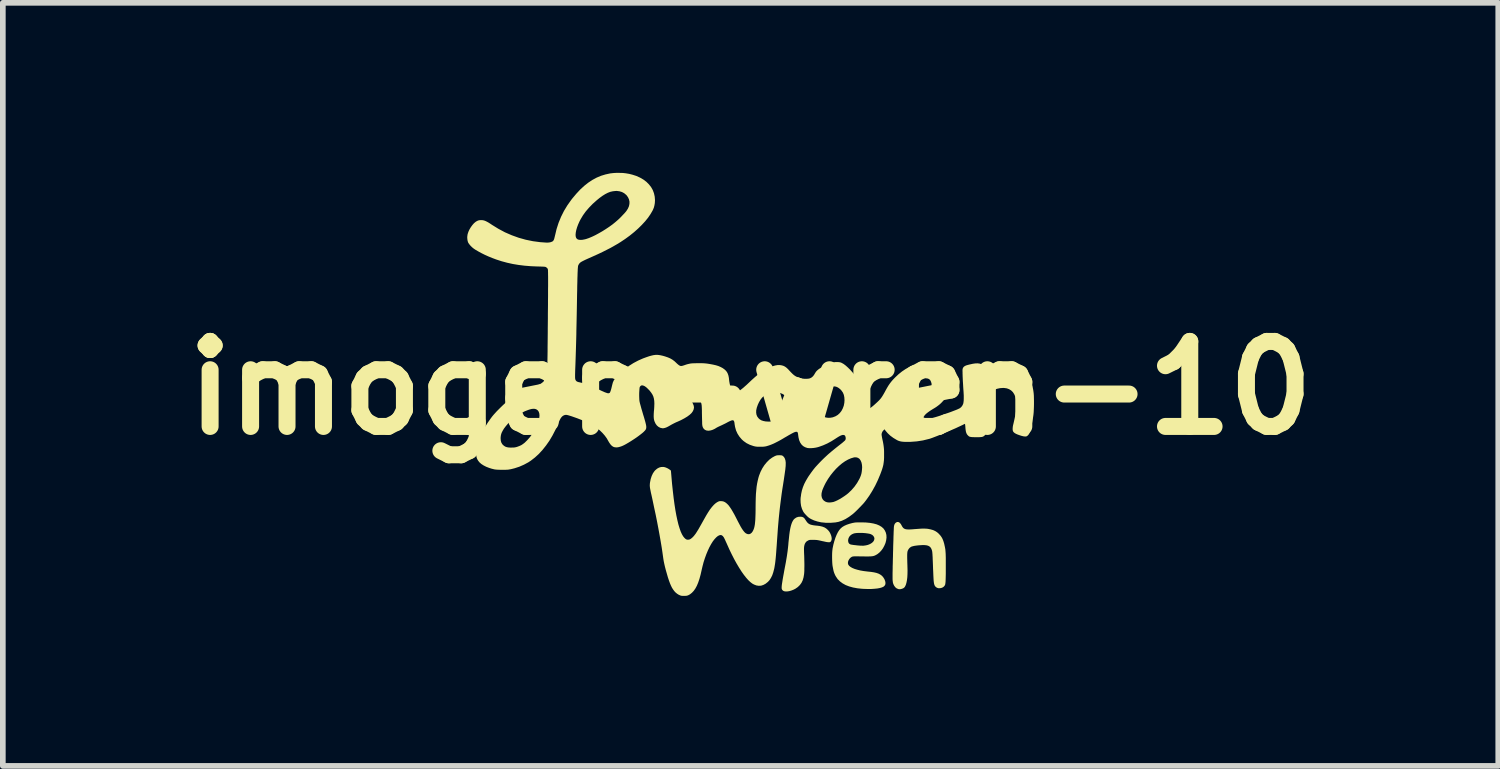
<source format=kicad_pcb>
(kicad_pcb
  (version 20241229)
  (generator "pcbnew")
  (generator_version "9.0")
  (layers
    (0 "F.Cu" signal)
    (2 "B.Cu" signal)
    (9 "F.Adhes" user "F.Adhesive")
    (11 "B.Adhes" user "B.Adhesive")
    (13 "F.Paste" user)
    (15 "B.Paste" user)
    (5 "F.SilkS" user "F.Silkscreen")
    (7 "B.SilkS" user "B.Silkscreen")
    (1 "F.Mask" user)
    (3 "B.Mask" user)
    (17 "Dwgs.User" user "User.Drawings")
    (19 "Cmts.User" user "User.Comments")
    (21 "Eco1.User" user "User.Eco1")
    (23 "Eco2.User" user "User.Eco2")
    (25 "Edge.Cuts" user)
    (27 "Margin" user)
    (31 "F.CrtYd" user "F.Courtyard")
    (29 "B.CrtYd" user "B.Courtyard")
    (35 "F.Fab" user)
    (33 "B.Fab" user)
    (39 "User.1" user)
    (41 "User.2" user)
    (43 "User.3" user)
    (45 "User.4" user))
  (footprint "imogen-wren-10"
    (layer "F.Cu")
    (at 10.193 3.796)
    (property "Reference" "imogen-wren-10" (at 0 0 0) (layer "F.SilkS") (effects (font (size 1.5 1.5) (thickness 0.3))))
    (attr board_only exclude_from_pos_files exclude_from_bom)
    (fp_poly (pts (xy 0.883 2.271) (xy 0.91 2.274) (xy 0.931 2.283) (xy 0.949 2.298) (xy 0.965 2.321) (xy 0.983 2.348) (xy 0.999 2.37) (xy 1.016 2.387) (xy 1.035 2.4) (xy 1.057 2.41) (xy 1.083 2.417) (xy 1.116 2.423) (xy 1.156 2.428) (xy 1.174 2.429) (xy 1.225 2.436) (xy 1.267 2.446) (xy 1.304 2.46) (xy 1.335 2.479) (xy 1.362 2.503) (xy 1.369 2.51) (xy 1.391 2.537) (xy 1.408 2.568) (xy 1.421 2.599) (xy 1.429 2.629) (xy 1.432 2.658) (xy 1.429 2.683) (xy 1.421 2.701) (xy 1.415 2.71) (xy 1.408 2.716) (xy 1.399 2.72) (xy 1.387 2.722) (xy 1.371 2.721) (xy 1.35 2.719) (xy 1.323 2.714) (xy 1.288 2.706) (xy 1.272 2.703) (xy 1.237 2.695) (xy 1.21 2.689) (xy 1.188 2.685) (xy 1.169 2.682) (xy 1.152 2.681) (xy 1.135 2.68) (xy 1.115 2.68) (xy 1.102 2.679) (xy 1.076 2.68) (xy 1.056 2.68) (xy 1.042 2.681) (xy 1.032 2.684) (xy 1.023 2.687) (xy 1.016 2.691) (xy 0.993 2.704) (xy 0.977 2.719) (xy 0.965 2.738) (xy 0.961 2.743) (xy 0.954 2.761) (xy 0.949 2.78) (xy 0.945 2.802) (xy 0.943 2.828) (xy 0.943 2.861) (xy 0.944 2.901) (xy 0.945 2.925) (xy 0.947 2.966) (xy 0.948 3.011) (xy 0.949 3.057) (xy 0.95 3.103) (xy 0.95 3.148) (xy 0.949 3.189) (xy 0.949 3.227) (xy 0.947 3.258) (xy 0.945 3.281) (xy 0.945 3.283) (xy 0.935 3.342) (xy 0.92 3.394) (xy 0.898 3.439) (xy 0.869 3.478) (xy 0.834 3.512) (xy 0.791 3.542) (xy 0.76 3.558) (xy 0.725 3.572) (xy 0.689 3.583) (xy 0.654 3.589) (xy 0.623 3.59) (xy 0.597 3.587) (xy 0.581 3.581) (xy 0.567 3.571) (xy 0.556 3.558) (xy 0.556 3.557) (xy 0.553 3.55) (xy 0.55 3.541) (xy 0.549 3.53) (xy 0.549 3.516) (xy 0.55 3.498) (xy 0.552 3.476) (xy 0.556 3.449) (xy 0.561 3.417) (xy 0.567 3.378) (xy 0.575 3.332) (xy 0.585 3.278) (xy 0.596 3.217) (xy 0.601 3.19) (xy 0.613 3.128) (xy 0.623 3.075) (xy 0.631 3.027) (xy 0.638 2.986) (xy 0.644 2.948) (xy 0.649 2.912) (xy 0.654 2.878) (xy 0.658 2.843) (xy 0.662 2.808) (xy 0.666 2.769) (xy 0.669 2.729) (xy 0.677 2.654) (xy 0.684 2.587) (xy 0.692 2.529) (xy 0.701 2.479) (xy 0.711 2.436) (xy 0.722 2.399) (xy 0.734 2.368) (xy 0.747 2.343) (xy 0.761 2.322) (xy 0.776 2.307) (xy 0.806 2.286) (xy 0.84 2.274) (xy 0.878 2.271)) (stroke (width 0) (type solid)) (fill yes) (layer "F.SilkS"))
    (fp_poly (pts (xy 2.034 2.373) (xy 2.106 2.38) (xy 2.169 2.391) (xy 2.225 2.406) (xy 2.272 2.426) (xy 2.312 2.45) (xy 2.345 2.479) (xy 2.369 2.513) (xy 2.387 2.552) (xy 2.397 2.594) (xy 2.399 2.639) (xy 2.393 2.687) (xy 2.381 2.735) (xy 2.361 2.782) (xy 2.337 2.827) (xy 2.307 2.868) (xy 2.273 2.904) (xy 2.236 2.933) (xy 2.213 2.946) (xy 2.196 2.955) (xy 2.18 2.961) (xy 2.162 2.966) (xy 2.142 2.969) (xy 2.118 2.971) (xy 2.089 2.972) (xy 2.054 2.973) (xy 2.01 2.972) (xy 2.01 2.972) (xy 1.961 2.971) (xy 1.921 2.971) (xy 1.888 2.97) (xy 1.862 2.97) (xy 1.841 2.97) (xy 1.825 2.971) (xy 1.813 2.972) (xy 1.805 2.973) (xy 1.798 2.975) (xy 1.792 2.977) (xy 1.787 2.979) (xy 1.785 2.98) (xy 1.762 2.996) (xy 1.743 3.017) (xy 1.729 3.041) (xy 1.72 3.066) (xy 1.718 3.091) (xy 1.723 3.113) (xy 1.724 3.116) (xy 1.74 3.138) (xy 1.765 3.158) (xy 1.797 3.176) (xy 1.838 3.193) (xy 1.885 3.207) (xy 1.938 3.22) (xy 1.997 3.23) (xy 2.061 3.238) (xy 2.069 3.239) (xy 2.128 3.245) (xy 2.179 3.253) (xy 2.222 3.263) (xy 2.259 3.276) (xy 2.289 3.292) (xy 2.315 3.311) (xy 2.337 3.334) (xy 2.355 3.361) (xy 2.364 3.377) (xy 2.376 3.41) (xy 2.381 3.44) (xy 2.378 3.466) (xy 2.366 3.488) (xy 2.347 3.505) (xy 2.344 3.507) (xy 2.317 3.519) (xy 2.283 3.529) (xy 2.241 3.537) (xy 2.192 3.542) (xy 2.137 3.546) (xy 2.078 3.547) (xy 2.014 3.545) (xy 1.968 3.543) (xy 1.885 3.534) (xy 1.809 3.52) (xy 1.74 3.501) (xy 1.678 3.477) (xy 1.624 3.447) (xy 1.577 3.412) (xy 1.537 3.372) (xy 1.506 3.326) (xy 1.495 3.307) (xy 1.486 3.287) (xy 1.478 3.268) (xy 1.471 3.249) (xy 1.465 3.228) (xy 1.459 3.201) (xy 1.453 3.169) (xy 1.45 3.155) (xy 1.445 3.124) (xy 1.442 3.086) (xy 1.44 3.043) (xy 1.439 2.998) (xy 1.439 2.953) (xy 1.44 2.909) (xy 1.443 2.87) (xy 1.447 2.837) (xy 1.448 2.829) (xy 1.462 2.762) (xy 1.479 2.699) (xy 1.483 2.687) (xy 1.721 2.687) (xy 1.723 2.709) (xy 1.73 2.733) (xy 1.744 2.75) (xy 1.763 2.76) (xy 1.774 2.763) (xy 1.793 2.766) (xy 1.818 2.77) (xy 1.848 2.773) (xy 1.879 2.777) (xy 1.912 2.78) (xy 1.938 2.782) (xy 1.989 2.783) (xy 2.035 2.777) (xy 2.072 2.768) (xy 2.109 2.753) (xy 2.14 2.734) (xy 2.163 2.713) (xy 2.178 2.69) (xy 2.185 2.665) (xy 2.186 2.659) (xy 2.181 2.634) (xy 2.168 2.612) (xy 2.148 2.593) (xy 2.121 2.579) (xy 2.098 2.572) (xy 2.063 2.566) (xy 2.025 2.561) (xy 1.984 2.558) (xy 1.943 2.557) (xy 1.904 2.557) (xy 1.869 2.559) (xy 1.839 2.563) (xy 1.822 2.567) (xy 1.789 2.581) (xy 1.761 2.602) (xy 1.74 2.627) (xy 1.727 2.656) (xy 1.721 2.687) (xy 1.483 2.687) (xy 1.498 2.641) (xy 1.519 2.589) (xy 1.542 2.543) (xy 1.566 2.506) (xy 1.589 2.479) (xy 1.618 2.454) (xy 1.654 2.432) (xy 1.696 2.413) (xy 1.746 2.396) (xy 1.802 2.381) (xy 1.82 2.378) (xy 1.836 2.375) (xy 1.852 2.373) (xy 1.871 2.372) (xy 1.894 2.371) (xy 1.923 2.371) (xy 1.954 2.371)) (stroke (width 0) (type solid)) (fill yes) (layer "F.SilkS"))
    (fp_poly (pts (xy 2.617 2.368) (xy 2.634 2.38) (xy 2.652 2.401) (xy 2.668 2.43) (xy 2.678 2.448) (xy 2.689 2.463) (xy 2.7 2.474) (xy 2.714 2.483) (xy 2.731 2.49) (xy 2.752 2.494) (xy 2.777 2.496) (xy 2.809 2.496) (xy 2.847 2.494) (xy 2.894 2.49) (xy 2.924 2.488) (xy 2.978 2.484) (xy 3.024 2.481) (xy 3.064 2.481) (xy 3.098 2.482) (xy 3.127 2.485) (xy 3.129 2.485) (xy 3.178 2.495) (xy 3.221 2.507) (xy 3.258 2.524) (xy 3.291 2.545) (xy 3.322 2.572) (xy 3.323 2.574) (xy 3.349 2.602) (xy 3.37 2.631) (xy 3.387 2.662) (xy 3.402 2.699) (xy 3.415 2.742) (xy 3.419 2.758) (xy 3.424 2.782) (xy 3.429 2.804) (xy 3.433 2.826) (xy 3.437 2.848) (xy 3.439 2.871) (xy 3.441 2.897) (xy 3.443 2.927) (xy 3.444 2.961) (xy 3.445 3) (xy 3.445 3.046) (xy 3.445 3.099) (xy 3.445 3.16) (xy 3.445 3.164) (xy 3.445 3.225) (xy 3.445 3.277) (xy 3.444 3.321) (xy 3.443 3.359) (xy 3.442 3.39) (xy 3.441 3.415) (xy 3.439 3.435) (xy 3.437 3.451) (xy 3.435 3.464) (xy 3.432 3.473) (xy 3.429 3.481) (xy 3.428 3.482) (xy 3.413 3.502) (xy 3.392 3.518) (xy 3.367 3.528) (xy 3.34 3.533) (xy 3.313 3.532) (xy 3.288 3.524) (xy 3.27 3.511) (xy 3.262 3.504) (xy 3.256 3.496) (xy 3.25 3.487) (xy 3.245 3.476) (xy 3.241 3.463) (xy 3.237 3.447) (xy 3.234 3.427) (xy 3.231 3.402) (xy 3.229 3.371) (xy 3.227 3.335) (xy 3.225 3.291) (xy 3.223 3.24) (xy 3.22 3.18) (xy 3.22 3.173) (xy 3.218 3.114) (xy 3.216 3.064) (xy 3.214 3.021) (xy 3.213 2.986) (xy 3.211 2.956) (xy 3.21 2.932) (xy 3.208 2.913) (xy 3.207 2.898) (xy 3.205 2.885) (xy 3.203 2.875) (xy 3.201 2.866) (xy 3.198 2.859) (xy 3.196 2.851) (xy 3.185 2.827) (xy 3.171 2.808) (xy 3.153 2.793) (xy 3.13 2.782) (xy 3.102 2.775) (xy 3.068 2.772) (xy 3.027 2.772) (xy 2.977 2.775) (xy 2.974 2.775) (xy 2.929 2.78) (xy 2.893 2.785) (xy 2.863 2.792) (xy 2.84 2.799) (xy 2.832 2.803) (xy 2.809 2.819) (xy 2.789 2.842) (xy 2.775 2.869) (xy 2.772 2.874) (xy 2.77 2.883) (xy 2.768 2.894) (xy 2.766 2.907) (xy 2.765 2.923) (xy 2.764 2.943) (xy 2.764 2.968) (xy 2.764 2.999) (xy 2.765 3.037) (xy 2.766 3.082) (xy 2.768 3.136) (xy 2.768 3.143) (xy 2.77 3.217) (xy 2.769 3.282) (xy 2.766 3.34) (xy 2.76 3.389) (xy 2.752 3.431) (xy 2.742 3.467) (xy 2.732 3.491) (xy 2.722 3.509) (xy 2.712 3.521) (xy 2.7 3.53) (xy 2.694 3.534) (xy 2.669 3.544) (xy 2.642 3.55) (xy 2.618 3.55) (xy 2.609 3.548) (xy 2.579 3.536) (xy 2.553 3.515) (xy 2.533 3.487) (xy 2.526 3.473) (xy 2.521 3.462) (xy 2.517 3.451) (xy 2.513 3.439) (xy 2.511 3.426) (xy 2.509 3.411) (xy 2.507 3.393) (xy 2.506 3.371) (xy 2.506 3.344) (xy 2.506 3.312) (xy 2.506 3.273) (xy 2.507 3.226) (xy 2.508 3.172) (xy 2.508 3.148) (xy 2.51 3.09) (xy 2.511 3.031) (xy 2.513 2.97) (xy 2.514 2.909) (xy 2.516 2.848) (xy 2.517 2.789) (xy 2.519 2.732) (xy 2.521 2.678) (xy 2.522 2.627) (xy 2.524 2.581) (xy 2.525 2.54) (xy 2.527 2.505) (xy 2.528 2.477) (xy 2.529 2.457) (xy 2.53 2.446) (xy 2.53 2.445) (xy 2.536 2.416) (xy 2.548 2.392) (xy 2.565 2.375) (xy 2.585 2.365) (xy 2.599 2.364)) (stroke (width 0) (type solid)) (fill yes) (layer "F.SilkS"))
    (fp_poly (pts (xy 0.527 1.187) (xy 0.542 1.188) (xy 0.553 1.19) (xy 0.562 1.194) (xy 0.57 1.199) (xy 0.59 1.218) (xy 0.605 1.244) (xy 0.616 1.278) (xy 0.621 1.317) (xy 0.62 1.363) (xy 0.62 1.367) (xy 0.619 1.384) (xy 0.617 1.401) (xy 0.615 1.421) (xy 0.613 1.442) (xy 0.609 1.468) (xy 0.605 1.497) (xy 0.6 1.532) (xy 0.594 1.573) (xy 0.587 1.621) (xy 0.578 1.678) (xy 0.576 1.692) (xy 0.561 1.785) (xy 0.548 1.874) (xy 0.537 1.96) (xy 0.526 2.044) (xy 0.516 2.127) (xy 0.507 2.211) (xy 0.498 2.298) (xy 0.49 2.388) (xy 0.482 2.483) (xy 0.475 2.585) (xy 0.467 2.695) (xy 0.466 2.712) (xy 0.461 2.785) (xy 0.456 2.85) (xy 0.452 2.907) (xy 0.448 2.957) (xy 0.444 3.001) (xy 0.44 3.039) (xy 0.436 3.074) (xy 0.432 3.105) (xy 0.427 3.134) (xy 0.423 3.16) (xy 0.418 3.186) (xy 0.417 3.19) (xy 0.401 3.252) (xy 0.383 3.305) (xy 0.36 3.351) (xy 0.334 3.391) (xy 0.304 3.423) (xy 0.265 3.454) (xy 0.226 3.475) (xy 0.186 3.488) (xy 0.145 3.49) (xy 0.104 3.484) (xy 0.062 3.468) (xy 0.031 3.451) (xy -0.004 3.424) (xy -0.041 3.389) (xy -0.079 3.346) (xy -0.119 3.295) (xy -0.16 3.237) (xy -0.202 3.171) (xy -0.245 3.099) (xy -0.288 3.021) (xy -0.331 2.937) (xy -0.374 2.848) (xy -0.416 2.754) (xy -0.42 2.745) (xy -0.433 2.717) (xy -0.445 2.69) (xy -0.456 2.666) (xy -0.466 2.647) (xy -0.472 2.635) (xy -0.473 2.634) (xy -0.49 2.612) (xy -0.509 2.598) (xy -0.529 2.594) (xy -0.552 2.599) (xy -0.577 2.612) (xy -0.604 2.634) (xy -0.604 2.634) (xy -0.635 2.667) (xy -0.666 2.707) (xy -0.696 2.755) (xy -0.726 2.81) (xy -0.754 2.87) (xy -0.781 2.935) (xy -0.806 3.004) (xy -0.829 3.075) (xy -0.848 3.148) (xy -0.863 3.213) (xy -0.882 3.296) (xy -0.902 3.369) (xy -0.924 3.434) (xy -0.948 3.491) (xy -0.974 3.539) (xy -1.003 3.58) (xy -1.034 3.613) (xy -1.068 3.64) (xy -1.095 3.655) (xy -1.11 3.661) (xy -1.124 3.665) (xy -1.142 3.667) (xy -1.165 3.668) (xy -1.168 3.668) (xy -1.197 3.668) (xy -1.22 3.666) (xy -1.233 3.663) (xy -1.266 3.649) (xy -1.296 3.63) (xy -1.324 3.607) (xy -1.345 3.584) (xy -1.365 3.557) (xy -1.385 3.526) (xy -1.403 3.49) (xy -1.421 3.448) (xy -1.439 3.399) (xy -1.458 3.342) (xy -1.476 3.279) (xy -1.495 3.213) (xy -1.51 3.155) (xy -1.522 3.103) (xy -1.532 3.055) (xy -1.539 3.012) (xy -1.542 2.991) (xy -1.554 2.905) (xy -1.568 2.811) (xy -1.585 2.709) (xy -1.604 2.601) (xy -1.625 2.486) (xy -1.648 2.365) (xy -1.673 2.24) (xy -1.701 2.11) (xy -1.729 1.976) (xy -1.748 1.889) (xy -1.758 1.846) (xy -1.765 1.81) (xy -1.771 1.781) (xy -1.775 1.757) (xy -1.777 1.736) (xy -1.778 1.718) (xy -1.777 1.701) (xy -1.776 1.683) (xy -1.774 1.669) (xy -1.762 1.607) (xy -1.744 1.552) (xy -1.722 1.505) (xy -1.694 1.465) (xy -1.681 1.451) (xy -1.648 1.423) (xy -1.613 1.404) (xy -1.578 1.394) (xy -1.541 1.393) (xy -1.523 1.395) (xy -1.499 1.402) (xy -1.472 1.413) (xy -1.445 1.428) (xy -1.423 1.443) (xy -1.42 1.445) (xy -1.405 1.458) (xy -1.397 1.552) (xy -1.385 1.69) (xy -1.371 1.82) (xy -1.357 1.941) (xy -1.342 2.053) (xy -1.326 2.156) (xy -1.309 2.249) (xy -1.291 2.333) (xy -1.273 2.408) (xy -1.253 2.474) (xy -1.233 2.531) (xy -1.212 2.578) (xy -1.19 2.616) (xy -1.171 2.64) (xy -1.152 2.659) (xy -1.135 2.671) (xy -1.118 2.676) (xy -1.105 2.677) (xy -1.083 2.675) (xy -1.062 2.666) (xy -1.041 2.651) (xy -1.027 2.639) (xy -1.013 2.625) (xy -0.999 2.61) (xy -0.986 2.593) (xy -0.971 2.574) (xy -0.956 2.551) (xy -0.939 2.524) (xy -0.919 2.492) (xy -0.897 2.453) (xy -0.872 2.409) (xy -0.843 2.357) (xy -0.825 2.325) (xy -0.807 2.293) (xy -0.79 2.263) (xy -0.775 2.237) (xy -0.762 2.216) (xy -0.755 2.204) (xy -0.718 2.147) (xy -0.681 2.099) (xy -0.646 2.06) (xy -0.612 2.03) (xy -0.584 2.012) (xy -0.566 2.003) (xy -0.552 1.998) (xy -0.536 1.996) (xy -0.522 1.996) (xy -0.499 1.998) (xy -0.476 2.003) (xy -0.454 2.013) (xy -0.433 2.027) (xy -0.411 2.046) (xy -0.388 2.07) (xy -0.365 2.101) (xy -0.34 2.138) (xy -0.314 2.182) (xy -0.285 2.233) (xy -0.254 2.293) (xy -0.223 2.354) (xy -0.196 2.405) (xy -0.173 2.448) (xy -0.152 2.483) (xy -0.132 2.512) (xy -0.114 2.535) (xy -0.097 2.553) (xy -0.08 2.566) (xy -0.076 2.568) (xy -0.051 2.578) (xy -0.026 2.58) (xy -0.003 2.572) (xy 0.019 2.555) (xy 0.033 2.537) (xy 0.044 2.518) (xy 0.054 2.496) (xy 0.063 2.471) (xy 0.07 2.442) (xy 0.076 2.409) (xy 0.08 2.37) (xy 0.084 2.325) (xy 0.086 2.274) (xy 0.088 2.215) (xy 0.089 2.148) (xy 0.089 2.113) (xy 0.09 2.024) (xy 0.092 1.943) (xy 0.095 1.87) (xy 0.101 1.803) (xy 0.107 1.742) (xy 0.116 1.686) (xy 0.127 1.633) (xy 0.139 1.584) (xy 0.15 1.547) (xy 0.176 1.48) (xy 0.208 1.417) (xy 0.245 1.36) (xy 0.287 1.309) (xy 0.332 1.264) (xy 0.381 1.228) (xy 0.424 1.204) (xy 0.442 1.196) (xy 0.456 1.191) (xy 0.47 1.188) (xy 0.486 1.187) (xy 0.506 1.186)) (stroke (width 0) (type solid)) (fill yes) (layer "F.SilkS"))
    (fp_poly (pts (xy -2.297 -3.795) (xy -2.254 -3.794) (xy -2.216 -3.79) (xy -2.2 -3.788) (xy -2.141 -3.778) (xy -2.082 -3.763) (xy -2.026 -3.745) (xy -2.017 -3.742) (xy -1.95 -3.712) (xy -1.891 -3.678) (xy -1.838 -3.638) (xy -1.793 -3.593) (xy -1.755 -3.545) (xy -1.725 -3.492) (xy -1.704 -3.436) (xy -1.691 -3.377) (xy -1.686 -3.315) (xy -1.689 -3.262) (xy -1.696 -3.221) (xy -1.706 -3.183) (xy -1.722 -3.144) (xy -1.729 -3.13) (xy -1.765 -3.068) (xy -1.808 -3.005) (xy -1.86 -2.941) (xy -1.919 -2.877) (xy -1.984 -2.813) (xy -2.055 -2.75) (xy -2.132 -2.688) (xy -2.213 -2.629) (xy -2.294 -2.575) (xy -2.351 -2.54) (xy -2.41 -2.506) (xy -2.472 -2.471) (xy -2.539 -2.437) (xy -2.61 -2.401) (xy -2.688 -2.364) (xy -2.772 -2.326) (xy -2.864 -2.285) (xy -2.871 -2.282) (xy -2.913 -2.263) (xy -2.946 -2.247) (xy -2.973 -2.233) (xy -2.994 -2.221) (xy -3.01 -2.208) (xy -3.022 -2.195) (xy -3.031 -2.181) (xy -3.039 -2.165) (xy -3.042 -2.158) (xy -3.044 -2.15) (xy -3.045 -2.137) (xy -3.047 -2.119) (xy -3.049 -2.094) (xy -3.05 -2.064) (xy -3.052 -2.026) (xy -3.053 -1.982) (xy -3.055 -1.93) (xy -3.056 -1.871) (xy -3.058 -1.803) (xy -3.059 -1.726) (xy -3.061 -1.641) (xy -3.061 -1.638) (xy -3.063 -1.515) (xy -3.065 -1.401) (xy -3.067 -1.294) (xy -3.069 -1.195) (xy -3.071 -1.103) (xy -3.073 -1.017) (xy -3.074 -0.937) (xy -3.076 -0.861) (xy -3.078 -0.789) (xy -3.08 -0.721) (xy -3.082 -0.656) (xy -3.084 -0.593) (xy -3.086 -0.532) (xy -3.088 -0.472) (xy -3.09 -0.412) (xy -3.092 -0.364) (xy -3.094 -0.314) (xy -3.095 -0.272) (xy -3.096 -0.237) (xy -3.096 -0.209) (xy -3.096 -0.187) (xy -3.095 -0.17) (xy -3.093 -0.157) (xy -3.09 -0.147) (xy -3.086 -0.138) (xy -3.082 -0.132) (xy -3.076 -0.125) (xy -3.07 -0.119) (xy -3.062 -0.114) (xy -3.053 -0.11) (xy -3.04 -0.105) (xy -3.021 -0.101) (xy -2.995 -0.095) (xy -2.977 -0.091) (xy -2.948 -0.085) (xy -2.921 -0.077) (xy -2.894 -0.069) (xy -2.866 -0.059) (xy -2.835 -0.046) (xy -2.799 -0.03) (xy -2.758 -0.011) (xy -2.719 0.007) (xy -2.671 0.03) (xy -2.631 0.049) (xy -2.597 0.064) (xy -2.57 0.076) (xy -2.547 0.084) (xy -2.53 0.09) (xy -2.516 0.093) (xy -2.505 0.093) (xy -2.496 0.091) (xy -2.489 0.088) (xy -2.485 0.085) (xy -2.479 0.077) (xy -2.472 0.06) (xy -2.464 0.037) (xy -2.456 0.008) (xy -2.448 -0.025) (xy -2.44 -0.058) (xy -2.429 -0.099) (xy -2.412 -0.136) (xy -2.391 -0.166) (xy -2.38 -0.18) (xy -2.362 -0.199) (xy -2.34 -0.221) (xy -2.316 -0.246) (xy -2.291 -0.27) (xy -2.265 -0.294) (xy -2.242 -0.315) (xy -2.222 -0.333) (xy -2.217 -0.337) (xy -2.145 -0.39) (xy -2.066 -0.44) (xy -1.983 -0.484) (xy -1.897 -0.522) (xy -1.834 -0.545) (xy -1.787 -0.561) (xy -1.746 -0.572) (xy -1.711 -0.58) (xy -1.678 -0.584) (xy -1.647 -0.585) (xy -1.616 -0.582) (xy -1.582 -0.576) (xy -1.543 -0.567) (xy -1.509 -0.557) (xy -1.459 -0.54) (xy -1.417 -0.522) (xy -1.379 -0.5) (xy -1.344 -0.474) (xy -1.321 -0.453) (xy -1.296 -0.429) (xy -1.275 -0.411) (xy -1.258 -0.399) (xy -1.243 -0.391) (xy -1.229 -0.388) (xy -1.214 -0.389) (xy -1.196 -0.393) (xy -1.174 -0.4) (xy -1.168 -0.402) (xy -1.137 -0.413) (xy -1.109 -0.421) (xy -1.083 -0.427) (xy -1.057 -0.432) (xy -1.03 -0.435) (xy -0.999 -0.436) (xy -0.963 -0.437) (xy -0.919 -0.437) (xy -0.917 -0.437) (xy -0.879 -0.437) (xy -0.848 -0.437) (xy -0.823 -0.436) (xy -0.8 -0.434) (xy -0.779 -0.432) (xy -0.756 -0.429) (xy -0.731 -0.425) (xy -0.724 -0.424) (xy -0.664 -0.413) (xy -0.611 -0.401) (xy -0.566 -0.387) (xy -0.527 -0.37) (xy -0.493 -0.352) (xy -0.462 -0.33) (xy -0.437 -0.307) (xy -0.417 -0.282) (xy -0.402 -0.253) (xy -0.39 -0.218) (xy -0.382 -0.177) (xy -0.379 -0.146) (xy -0.375 -0.114) (xy -0.369 -0.08) (xy -0.361 -0.046) (xy -0.352 -0.012) (xy -0.342 0.019) (xy -0.332 0.047) (xy -0.322 0.068) (xy -0.313 0.082) (xy -0.311 0.084) (xy -0.299 0.092) (xy -0.284 0.093) (xy -0.266 0.088) (xy -0.242 0.077) (xy -0.222 0.065) (xy -0.199 0.05) (xy -0.176 0.034) (xy -0.153 0.016) (xy -0.128 -0.004) (xy -0.101 -0.028) (xy -0.069 -0.056) (xy -0.033 -0.09) (xy -0.017 -0.105) (xy 0.02 -0.14) (xy 0.052 -0.169) (xy 0.08 -0.194) (xy 0.105 -0.215) (xy 0.128 -0.234) (xy 0.152 -0.251) (xy 0.176 -0.268) (xy 0.204 -0.287) (xy 0.268 -0.326) (xy 0.328 -0.358) (xy 0.383 -0.382) (xy 0.434 -0.397) (xy 0.48 -0.405) (xy 0.521 -0.404) (xy 0.553 -0.399) (xy 0.582 -0.39) (xy 0.608 -0.377) (xy 0.634 -0.358) (xy 0.661 -0.333) (xy 0.68 -0.312) (xy 0.712 -0.278) (xy 0.74 -0.25) (xy 0.766 -0.227) (xy 0.791 -0.21) (xy 0.817 -0.196) (xy 0.846 -0.184) (xy 0.878 -0.174) (xy 0.885 -0.172) (xy 0.917 -0.166) (xy 0.952 -0.162) (xy 0.986 -0.162) (xy 1.018 -0.164) (xy 1.043 -0.169) (xy 1.047 -0.17) (xy 1.075 -0.184) (xy 1.101 -0.206) (xy 1.122 -0.233) (xy 1.125 -0.239) (xy 1.14 -0.264) (xy 1.154 -0.286) (xy 1.171 -0.305) (xy 1.191 -0.323) (xy 1.214 -0.34) (xy 1.243 -0.358) (xy 1.279 -0.377) (xy 1.315 -0.395) (xy 1.36 -0.416) (xy 1.399 -0.433) (xy 1.433 -0.445) (xy 1.465 -0.452) (xy 1.494 -0.457) (xy 1.524 -0.458) (xy 1.535 -0.458) (xy 1.559 -0.456) (xy 1.576 -0.454) (xy 1.591 -0.45) (xy 1.608 -0.443) (xy 1.61 -0.442) (xy 1.642 -0.424) (xy 1.678 -0.397) (xy 1.717 -0.362) (xy 1.761 -0.319) (xy 1.761 -0.318) (xy 1.799 -0.276) (xy 1.834 -0.231) (xy 1.867 -0.182) (xy 1.899 -0.127) (xy 1.929 -0.067) (xy 1.959 -0.001) (xy 1.989 0.074) (xy 2.018 0.156) (xy 2.022 0.166) (xy 2.032 0.196) (xy 2.044 0.226) (xy 2.056 0.256) (xy 2.068 0.285) (xy 2.079 0.31) (xy 2.089 0.331) (xy 2.098 0.346) (xy 2.104 0.354) (xy 2.106 0.356) (xy 2.113 0.353) (xy 2.126 0.344) (xy 2.143 0.331) (xy 2.164 0.314) (xy 2.186 0.295) (xy 2.209 0.274) (xy 2.232 0.253) (xy 2.254 0.232) (xy 2.272 0.214) (xy 2.287 0.197) (xy 2.295 0.188) (xy 2.306 0.173) (xy 2.317 0.158) (xy 2.327 0.142) (xy 2.338 0.124) (xy 2.351 0.102) (xy 2.361 0.084) (xy 2.684 0.084) (xy 2.688 0.112) (xy 2.698 0.134) (xy 2.716 0.154) (xy 2.741 0.172) (xy 2.772 0.185) (xy 2.807 0.194) (xy 2.827 0.196) (xy 2.835 0.196) (xy 2.85 0.194) (xy 2.868 0.191) (xy 2.875 0.19) (xy 2.946 0.173) (xy 3.014 0.147) (xy 3.077 0.113) (xy 3.083 0.109) (xy 3.119 0.083) (xy 3.149 0.053) (xy 3.172 0.021) (xy 3.187 -0.012) (xy 3.195 -0.046) (xy 3.194 -0.078) (xy 3.193 -0.082) (xy 3.183 -0.114) (xy 3.169 -0.14) (xy 3.149 -0.158) (xy 3.123 -0.171) (xy 3.092 -0.176) (xy 3.054 -0.176) (xy 3.01 -0.169) (xy 2.959 -0.156) (xy 2.951 -0.154) (xy 2.9 -0.136) (xy 2.852 -0.114) (xy 2.81 -0.09) (xy 2.773 -0.063) (xy 2.742 -0.035) (xy 2.717 -0.006) (xy 2.698 0.024) (xy 2.687 0.055) (xy 2.684 0.084) (xy 2.361 0.084) (xy 2.367 0.074) (xy 2.381 0.047) (xy 2.407 0.000495) (xy 2.431 -0.04) (xy 2.455 -0.075) (xy 2.479 -0.107) (xy 2.506 -0.139) (xy 2.536 -0.171) (xy 2.556 -0.191) (xy 2.614 -0.245) (xy 2.674 -0.293) (xy 2.735 -0.334) (xy 2.796 -0.368) (xy 2.855 -0.393) (xy 2.869 -0.398) (xy 2.931 -0.414) (xy 2.997 -0.421) (xy 3.065 -0.42) (xy 3.135 -0.41) (xy 3.204 -0.393) (xy 3.275 -0.368) (xy 3.337 -0.339) (xy 3.391 -0.308) (xy 3.436 -0.272) (xy 3.473 -0.233) (xy 3.502 -0.191) (xy 3.519 -0.153) (xy 3.53 -0.111) (xy 3.532 -0.066) (xy 3.527 -0.018) (xy 3.515 0.031) (xy 3.495 0.082) (xy 3.468 0.132) (xy 3.435 0.182) (xy 3.396 0.23) (xy 3.368 0.26) (xy 3.346 0.281) (xy 3.325 0.299) (xy 3.301 0.317) (xy 3.275 0.336) (xy 3.243 0.356) (xy 3.213 0.374) (xy 3.167 0.403) (xy 3.129 0.43) (xy 3.099 0.454) (xy 3.077 0.476) (xy 3.071 0.484) (xy 3.056 0.506) (xy 3.049 0.524) (xy 3.05 0.537) (xy 3.059 0.546) (xy 3.076 0.551) (xy 3.102 0.551) (xy 3.135 0.546) (xy 3.177 0.538) (xy 3.192 0.534) (xy 3.225 0.525) (xy 3.263 0.514) (xy 3.305 0.501) (xy 3.349 0.487) (xy 3.395 0.471) (xy 3.442 0.455) (xy 3.488 0.439) (xy 3.533 0.423) (xy 3.574 0.407) (xy 3.611 0.393) (xy 3.644 0.38) (xy 3.67 0.368) (xy 3.688 0.359) (xy 3.693 0.357) (xy 3.718 0.336) (xy 3.738 0.309) (xy 3.752 0.279) (xy 3.757 0.255) (xy 3.761 0.221) (xy 3.762 0.181) (xy 3.762 0.134) (xy 3.759 0.081) (xy 3.759 0.075) (xy 3.755 0.022) (xy 3.752 -0.024) (xy 3.75 -0.062) (xy 3.748 -0.094) (xy 3.746 -0.122) (xy 3.745 -0.147) (xy 3.744 -0.17) (xy 3.743 -0.191) (xy 3.742 -0.213) (xy 3.742 -0.236) (xy 3.741 -0.243) (xy 3.741 -0.275) (xy 3.74 -0.298) (xy 3.74 -0.316) (xy 3.741 -0.328) (xy 3.742 -0.337) (xy 3.745 -0.345) (xy 3.748 -0.352) (xy 3.75 -0.356) (xy 3.758 -0.369) (xy 3.769 -0.379) (xy 3.784 -0.389) (xy 3.804 -0.398) (xy 3.831 -0.406) (xy 3.866 -0.415) (xy 3.92 -0.427) (xy 3.968 -0.434) (xy 4.009 -0.435) (xy 4.044 -0.43) (xy 4.075 -0.42) (xy 4.101 -0.405) (xy 4.104 -0.403) (xy 4.121 -0.387) (xy 4.134 -0.369) (xy 4.143 -0.346) (xy 4.151 -0.317) (xy 4.153 -0.303) (xy 4.159 -0.276) (xy 4.166 -0.255) (xy 4.175 -0.238) (xy 4.187 -0.225) (xy 4.203 -0.217) (xy 4.223 -0.212) (xy 4.248 -0.211) (xy 4.279 -0.214) (xy 4.317 -0.22) (xy 4.362 -0.23) (xy 4.416 -0.243) (xy 4.418 -0.243) (xy 4.463 -0.254) (xy 4.501 -0.263) (xy 4.532 -0.27) (xy 4.559 -0.275) (xy 4.583 -0.279) (xy 4.605 -0.281) (xy 4.627 -0.282) (xy 4.651 -0.282) (xy 4.652 -0.282) (xy 4.702 -0.28) (xy 4.745 -0.274) (xy 4.782 -0.263) (xy 4.816 -0.246) (xy 4.849 -0.223) (xy 4.877 -0.197) (xy 4.908 -0.162) (xy 4.934 -0.123) (xy 4.956 -0.08) (xy 4.972 -0.031) (xy 4.986 0.025) (xy 4.992 0.064) (xy 4.996 0.096) (xy 4.999 0.136) (xy 5 0.181) (xy 5.001 0.23) (xy 5.001 0.281) (xy 5 0.332) (xy 4.998 0.381) (xy 4.996 0.427) (xy 4.992 0.468) (xy 4.99 0.484) (xy 4.982 0.538) (xy 4.973 0.59) (xy 4.963 0.64) (xy 4.953 0.687) (xy 4.943 0.728) (xy 4.933 0.764) (xy 4.923 0.792) (xy 4.917 0.805) (xy 4.903 0.826) (xy 4.886 0.843) (xy 4.869 0.853) (xy 4.864 0.855) (xy 4.844 0.856) (xy 4.817 0.853) (xy 4.783 0.845) (xy 4.752 0.835) (xy 4.715 0.822) (xy 4.685 0.809) (xy 4.663 0.797) (xy 4.647 0.784) (xy 4.635 0.77) (xy 4.629 0.757) (xy 4.625 0.737) (xy 4.625 0.71) (xy 4.628 0.678) (xy 4.635 0.644) (xy 4.636 0.642) (xy 4.647 0.594) (xy 4.658 0.545) (xy 4.668 0.498) (xy 4.676 0.456) (xy 4.682 0.42) (xy 4.683 0.419) (xy 4.686 0.391) (xy 4.688 0.358) (xy 4.69 0.323) (xy 4.69 0.288) (xy 4.689 0.256) (xy 4.688 0.228) (xy 4.685 0.206) (xy 4.685 0.206) (xy 4.672 0.154) (xy 4.652 0.109) (xy 4.628 0.072) (xy 4.598 0.043) (xy 4.562 0.021) (xy 4.521 0.006) (xy 4.474 -0.000254) (xy 4.456 -0.001) (xy 4.401 0.003) (xy 4.349 0.014) (xy 4.301 0.032) (xy 4.258 0.057) (xy 4.221 0.087) (xy 4.19 0.122) (xy 4.173 0.15) (xy 4.16 0.176) (xy 4.151 0.2) (xy 4.144 0.225) (xy 4.139 0.253) (xy 4.137 0.285) (xy 4.136 0.325) (xy 4.136 0.342) (xy 4.136 0.369) (xy 4.136 0.393) (xy 4.137 0.415) (xy 4.139 0.438) (xy 4.142 0.463) (xy 4.145 0.491) (xy 4.15 0.526) (xy 4.155 0.56) (xy 4.162 0.604) (xy 4.167 0.64) (xy 4.17 0.669) (xy 4.173 0.693) (xy 4.174 0.712) (xy 4.174 0.728) (xy 4.173 0.742) (xy 4.171 0.754) (xy 4.17 0.764) (xy 4.16 0.796) (xy 4.145 0.822) (xy 4.132 0.836) (xy 4.12 0.847) (xy 4.109 0.854) (xy 4.096 0.86) (xy 4.081 0.864) (xy 4.061 0.866) (xy 4.035 0.868) (xy 4.002 0.868) (xy 3.992 0.868) (xy 3.954 0.868) (xy 3.924 0.867) (xy 3.9 0.866) (xy 3.882 0.863) (xy 3.868 0.86) (xy 3.857 0.855) (xy 3.847 0.848) (xy 3.842 0.843) (xy 3.827 0.828) (xy 3.816 0.812) (xy 3.807 0.793) (xy 3.8 0.769) (xy 3.795 0.739) (xy 3.791 0.701) (xy 3.791 0.695) (xy 3.789 0.672) (xy 3.787 0.653) (xy 3.785 0.639) (xy 3.784 0.633) (xy 3.784 0.633) (xy 3.78 0.634) (xy 3.768 0.639) (xy 3.752 0.647) (xy 3.732 0.657) (xy 3.727 0.659) (xy 3.698 0.673) (xy 3.663 0.689) (xy 3.623 0.708) (xy 3.579 0.727) (xy 3.532 0.747) (xy 3.483 0.768) (xy 3.433 0.789) (xy 3.384 0.809) (xy 3.337 0.829) (xy 3.292 0.847) (xy 3.25 0.863) (xy 3.214 0.877) (xy 3.183 0.888) (xy 3.16 0.896) (xy 3.152 0.898) (xy 3.042 0.925) (xy 2.933 0.942) (xy 2.826 0.95) (xy 2.78 0.951) (xy 2.735 0.951) (xy 2.698 0.949) (xy 2.667 0.946) (xy 2.641 0.941) (xy 2.617 0.934) (xy 2.595 0.925) (xy 2.58 0.917) (xy 2.52 0.881) (xy 2.467 0.842) (xy 2.421 0.799) (xy 2.388 0.761) (xy 2.363 0.729) (xy 2.347 0.745) (xy 2.328 0.768) (xy 2.316 0.794) (xy 2.312 0.819) (xy 2.313 0.832) (xy 2.316 0.851) (xy 2.32 0.874) (xy 2.325 0.899) (xy 2.326 0.904) (xy 2.336 0.949) (xy 2.343 0.987) (xy 2.348 1.021) (xy 2.352 1.054) (xy 2.355 1.087) (xy 2.356 1.124) (xy 2.356 1.166) (xy 2.356 1.175) (xy 2.356 1.227) (xy 2.354 1.273) (xy 2.349 1.316) (xy 2.343 1.356) (xy 2.333 1.396) (xy 2.32 1.439) (xy 2.303 1.486) (xy 2.288 1.526) (xy 2.246 1.626) (xy 2.2 1.722) (xy 2.149 1.814) (xy 2.096 1.899) (xy 2.04 1.978) (xy 2.004 2.024) (xy 1.984 2.047) (xy 1.959 2.073) (xy 1.931 2.102) (xy 1.902 2.132) (xy 1.873 2.161) (xy 1.846 2.187) (xy 1.822 2.209) (xy 1.802 2.226) (xy 1.737 2.274) (xy 1.674 2.313) (xy 1.612 2.342) (xy 1.551 2.362) (xy 1.497 2.372) (xy 1.409 2.379) (xy 1.322 2.378) (xy 1.315 2.377) (xy 1.245 2.37) (xy 1.182 2.356) (xy 1.122 2.337) (xy 1.069 2.313) (xy 1.046 2.3) (xy 1.027 2.287) (xy 1.007 2.27) (xy 0.988 2.251) (xy 0.97 2.232) (xy 0.952 2.212) (xy 0.938 2.193) (xy 0.93 2.181) (xy 0.908 2.134) (xy 0.892 2.082) (xy 0.884 2.025) (xy 0.882 1.967) (xy 0.884 1.935) (xy 0.89 1.896) (xy 1.251 1.896) (xy 1.257 1.93) (xy 1.27 1.96) (xy 1.291 1.985) (xy 1.318 2.004) (xy 1.346 2.015) (xy 1.369 2.019) (xy 1.398 2.02) (xy 1.428 2.017) (xy 1.457 2.012) (xy 1.465 2.01) (xy 1.497 1.998) (xy 1.534 1.981) (xy 1.575 1.959) (xy 1.616 1.934) (xy 1.657 1.907) (xy 1.696 1.879) (xy 1.723 1.857) (xy 1.781 1.802) (xy 1.834 1.741) (xy 1.88 1.676) (xy 1.918 1.609) (xy 1.919 1.608) (xy 1.935 1.573) (xy 1.947 1.542) (xy 1.956 1.512) (xy 1.962 1.479) (xy 1.966 1.444) (xy 1.969 1.399) (xy 1.966 1.356) (xy 1.958 1.317) (xy 1.945 1.284) (xy 1.928 1.258) (xy 1.919 1.248) (xy 1.895 1.232) (xy 1.867 1.224) (xy 1.836 1.223) (xy 1.824 1.225) (xy 1.773 1.24) (xy 1.72 1.263) (xy 1.667 1.293) (xy 1.613 1.331) (xy 1.56 1.376) (xy 1.508 1.426) (xy 1.459 1.481) (xy 1.411 1.541) (xy 1.367 1.605) (xy 1.327 1.672) (xy 1.309 1.707) (xy 1.291 1.745) (xy 1.277 1.777) (xy 1.266 1.805) (xy 1.259 1.832) (xy 1.253 1.858) (xy 1.251 1.896) (xy 0.89 1.896) (xy 0.893 1.87) (xy 0.906 1.809) (xy 0.924 1.751) (xy 0.947 1.694) (xy 0.977 1.636) (xy 1.013 1.575) (xy 1.03 1.549) (xy 1.068 1.495) (xy 1.104 1.446) (xy 1.141 1.4) (xy 1.183 1.354) (xy 1.215 1.32) (xy 1.246 1.288) (xy 1.275 1.259) (xy 1.304 1.231) (xy 1.332 1.205) (xy 1.361 1.178) (xy 1.392 1.151) (xy 1.426 1.122) (xy 1.464 1.091) (xy 1.507 1.056) (xy 1.555 1.018) (xy 1.605 0.979) (xy 1.626 0.962) (xy 1.645 0.945) (xy 1.66 0.932) (xy 1.67 0.921) (xy 1.673 0.917) (xy 1.679 0.899) (xy 1.679 0.879) (xy 1.675 0.859) (xy 1.668 0.843) (xy 1.658 0.833) (xy 1.643 0.829) (xy 1.627 0.828) (xy 1.607 0.833) (xy 1.583 0.843) (xy 1.554 0.859) (xy 1.52 0.88) (xy 1.496 0.896) (xy 1.426 0.94) (xy 1.354 0.979) (xy 1.28 1.012) (xy 1.207 1.038) (xy 1.179 1.046) (xy 1.147 1.053) (xy 1.113 1.058) (xy 1.078 1.061) (xy 1.044 1.062) (xy 1.016 1.06) (xy 1.001 1.058) (xy 0.961 1.044) (xy 0.927 1.024) (xy 0.899 0.997) (xy 0.876 0.963) (xy 0.858 0.921) (xy 0.846 0.871) (xy 0.84 0.828) (xy 0.838 0.81) (xy 0.834 0.793) (xy 0.83 0.783) (xy 0.83 0.782) (xy 0.824 0.776) (xy 0.817 0.773) (xy 0.805 0.773) (xy 0.8 0.773) (xy 0.791 0.775) (xy 0.781 0.778) (xy 0.768 0.783) (xy 0.752 0.791) (xy 0.732 0.801) (xy 0.707 0.815) (xy 0.676 0.832) (xy 0.639 0.854) (xy 0.595 0.879) (xy 0.594 0.88) (xy 0.54 0.912) (xy 0.493 0.938) (xy 0.45 0.96) (xy 0.412 0.979) (xy 0.377 0.994) (xy 0.344 1.007) (xy 0.311 1.018) (xy 0.291 1.024) (xy 0.273 1.029) (xy 0.256 1.032) (xy 0.24 1.034) (xy 0.222 1.036) (xy 0.198 1.036) (xy 0.171 1.036) (xy 0.141 1.036) (xy 0.118 1.036) (xy 0.1 1.034) (xy 0.084 1.032) (xy 0.067 1.028) (xy 0.051 1.024) (xy -0.013 1.002) (xy -0.071 0.973) (xy -0.123 0.936) (xy -0.154 0.908) (xy -0.196 0.859) (xy -0.23 0.806) (xy -0.256 0.749) (xy -0.273 0.687) (xy -0.281 0.64) (xy -0.284 0.614) (xy -0.288 0.595) (xy -0.293 0.583) (xy -0.299 0.575) (xy -0.304 0.571) (xy -0.315 0.569) (xy -0.33 0.571) (xy -0.35 0.578) (xy -0.377 0.59) (xy -0.41 0.607) (xy -0.417 0.611) (xy -0.443 0.625) (xy -0.474 0.64) (xy -0.505 0.655) (xy -0.531 0.667) (xy -0.555 0.678) (xy -0.576 0.688) (xy -0.593 0.697) (xy -0.604 0.703) (xy -0.606 0.705) (xy -0.635 0.722) (xy -0.667 0.737) (xy -0.701 0.748) (xy -0.733 0.753) (xy -0.744 0.754) (xy -0.777 0.75) (xy -0.803 0.739) (xy -0.825 0.721) (xy -0.841 0.695) (xy -0.843 0.689) (xy -0.846 0.682) (xy -0.848 0.674) (xy -0.85 0.666) (xy -0.851 0.656) (xy -0.853 0.642) (xy -0.854 0.624) (xy -0.854 0.601) (xy -0.855 0.572) (xy -0.856 0.536) (xy -0.857 0.492) (xy -0.857 0.484) (xy -0.858 0.438) (xy -0.858 0.435) (xy 0.099 0.435) (xy 0.105 0.472) (xy 0.119 0.505) (xy 0.142 0.535) (xy 0.162 0.553) (xy 0.19 0.57) (xy 0.225 0.582) (xy 0.266 0.59) (xy 0.314 0.593) (xy 0.366 0.592) (xy 0.396 0.589) (xy 0.457 0.58) (xy 0.51 0.565) (xy 0.556 0.544) (xy 0.594 0.519) (xy 0.624 0.488) (xy 0.646 0.454) (xy 0.664 0.41) (xy 0.675 0.362) (xy 0.675 0.356) (xy 1.204 0.356) (xy 1.206 0.389) (xy 1.21 0.415) (xy 1.215 0.431) (xy 1.234 0.462) (xy 1.26 0.488) (xy 1.291 0.507) (xy 1.327 0.52) (xy 1.367 0.526) (xy 1.409 0.525) (xy 1.453 0.517) (xy 1.455 0.516) (xy 1.499 0.499) (xy 1.539 0.475) (xy 1.574 0.443) (xy 1.604 0.405) (xy 1.627 0.361) (xy 1.645 0.313) (xy 1.655 0.261) (xy 1.658 0.215) (xy 1.655 0.165) (xy 1.646 0.121) (xy 1.63 0.082) (xy 1.606 0.047) (xy 1.585 0.024) (xy 1.557 0.001) (xy 1.532 -0.014) (xy 1.507 -0.024) (xy 1.479 -0.028) (xy 1.468 -0.028) (xy 1.419 -0.024) (xy 1.373 -0.011) (xy 1.333 0.009) (xy 1.297 0.037) (xy 1.267 0.072) (xy 1.243 0.113) (xy 1.227 0.159) (xy 1.218 0.197) (xy 1.211 0.237) (xy 1.207 0.278) (xy 1.204 0.318) (xy 1.204 0.356) (xy 0.675 0.356) (xy 0.679 0.314) (xy 0.675 0.266) (xy 0.665 0.221) (xy 0.65 0.186) (xy 0.627 0.153) (xy 0.598 0.126) (xy 0.563 0.104) (xy 0.524 0.088) (xy 0.482 0.079) (xy 0.438 0.075) (xy 0.393 0.077) (xy 0.347 0.086) (xy 0.303 0.102) (xy 0.261 0.123) (xy 0.231 0.145) (xy 0.202 0.172) (xy 0.175 0.207) (xy 0.15 0.249) (xy 0.129 0.294) (xy 0.112 0.342) (xy 0.11 0.348) (xy 0.1 0.394) (xy 0.099 0.435) (xy -0.858 0.435) (xy -0.858 0.4) (xy -0.859 0.369) (xy -0.86 0.344) (xy -0.861 0.325) (xy -0.862 0.309) (xy -0.864 0.296) (xy -0.866 0.285) (xy -0.868 0.275) (xy -0.869 0.271) (xy -0.884 0.227) (xy -0.903 0.192) (xy -0.927 0.164) (xy -0.956 0.142) (xy -0.969 0.134) (xy -0.989 0.126) (xy -1.004 0.122) (xy -1.016 0.125) (xy -1.028 0.133) (xy -1.035 0.14) (xy -1.04 0.149) (xy -1.042 0.163) (xy -1.043 0.174) (xy -1.042 0.202) (xy -1.037 0.23) (xy -1.025 0.26) (xy -1.015 0.281) (xy -1.002 0.314) (xy -0.998 0.346) (xy -1.004 0.378) (xy -1.018 0.41) (xy -1.041 0.442) (xy -1.074 0.473) (xy -1.116 0.504) (xy -1.167 0.535) (xy -1.227 0.567) (xy -1.282 0.592) (xy -1.313 0.605) (xy -1.346 0.621) (xy -1.377 0.637) (xy -1.405 0.652) (xy -1.418 0.66) (xy -1.455 0.681) (xy -1.486 0.696) (xy -1.513 0.705) (xy -1.537 0.71) (xy -1.558 0.71) (xy -1.593 0.702) (xy -1.624 0.686) (xy -1.652 0.662) (xy -1.675 0.631) (xy -1.693 0.593) (xy -1.702 0.565) (xy -1.707 0.536) (xy -1.709 0.5) (xy -1.708 0.457) (xy -1.705 0.408) (xy -1.703 0.393) (xy -1.701 0.366) (xy -1.699 0.334) (xy -1.698 0.301) (xy -1.697 0.276) (xy -1.699 0.229) (xy -1.705 0.188) (xy -1.715 0.151) (xy -1.731 0.116) (xy -1.753 0.082) (xy -1.781 0.046) (xy -1.812 0.014) (xy -1.841 -0.013) (xy -1.868 -0.032) (xy -1.893 -0.043) (xy -1.915 -0.047) (xy -1.933 -0.042) (xy -1.947 -0.029) (xy -1.955 -0.016) (xy -1.958 -0.003) (xy -1.96 0.017) (xy -1.962 0.043) (xy -1.964 0.073) (xy -1.965 0.105) (xy -1.965 0.138) (xy -1.964 0.17) (xy -1.963 0.199) (xy -1.961 0.223) (xy -1.959 0.236) (xy -1.956 0.25) (xy -1.951 0.272) (xy -1.943 0.3) (xy -1.934 0.333) (xy -1.924 0.37) (xy -1.912 0.41) (xy -1.9 0.451) (xy -1.898 0.459) (xy -1.881 0.513) (xy -1.868 0.559) (xy -1.857 0.598) (xy -1.849 0.63) (xy -1.843 0.657) (xy -1.84 0.68) (xy -1.84 0.698) (xy -1.842 0.714) (xy -1.847 0.727) (xy -1.854 0.74) (xy -1.864 0.752) (xy -1.876 0.764) (xy -1.882 0.771) (xy -1.908 0.794) (xy -1.941 0.82) (xy -1.979 0.849) (xy -2.021 0.879) (xy -2.066 0.909) (xy -2.111 0.938) (xy -2.155 0.965) (xy -2.198 0.99) (xy -2.237 1.011) (xy -2.238 1.011) (xy -2.268 1.025) (xy -2.3 1.036) (xy -2.33 1.044) (xy -2.357 1.048) (xy -2.366 1.048) (xy -2.396 1.046) (xy -2.423 1.037) (xy -2.447 1.021) (xy -2.47 0.997) (xy -2.492 0.966) (xy -2.507 0.941) (xy -2.537 0.888) (xy -2.572 0.84) (xy -2.612 0.794) (xy -2.656 0.751) (xy -2.706 0.711) (xy -2.763 0.673) (xy -2.826 0.636) (xy -2.896 0.601) (xy -2.974 0.567) (xy -3.061 0.533) (xy -3.155 0.5) (xy -3.19 0.489) (xy -3.217 0.481) (xy -3.238 0.476) (xy -3.255 0.474) (xy -3.269 0.475) (xy -3.282 0.478) (xy -3.295 0.483) (xy -3.297 0.484) (xy -3.312 0.493) (xy -3.326 0.504) (xy -3.338 0.518) (xy -3.351 0.536) (xy -3.364 0.56) (xy -3.378 0.59) (xy -3.394 0.627) (xy -3.4 0.641) (xy -3.445 0.742) (xy -3.495 0.839) (xy -3.549 0.93) (xy -3.608 1.014) (xy -3.67 1.092) (xy -3.735 1.163) (xy -3.804 1.226) (xy -3.875 1.281) (xy -3.92 1.311) (xy -3.998 1.353) (xy -4.08 1.389) (xy -4.166 1.417) (xy -4.222 1.431) (xy -4.242 1.435) (xy -4.261 1.438) (xy -4.279 1.441) (xy -4.298 1.442) (xy -4.321 1.443) (xy -4.349 1.443) (xy -4.381 1.444) (xy -4.423 1.443) (xy -4.457 1.442) (xy -4.487 1.44) (xy -4.514 1.437) (xy -4.54 1.431) (xy -4.568 1.424) (xy -4.6 1.414) (xy -4.61 1.411) (xy -4.664 1.39) (xy -4.711 1.366) (xy -4.751 1.34) (xy -4.783 1.312) (xy -4.806 1.283) (xy -4.82 1.26) (xy -4.829 1.239) (xy -4.836 1.216) (xy -4.839 1.189) (xy -4.841 1.157) (xy -4.841 1.14) (xy -4.841 1.111) (xy -4.841 1.089) (xy -4.839 1.07) (xy -4.835 1.051) (xy -4.83 1.03) (xy -4.829 1.024) (xy -4.804 0.944) (xy -4.783 0.889) (xy -4.41 0.889) (xy -4.407 0.928) (xy -4.398 0.961) (xy -4.382 0.989) (xy -4.37 1.003) (xy -4.348 1.022) (xy -4.324 1.036) (xy -4.297 1.045) (xy -4.265 1.05) (xy -4.225 1.052) (xy -4.212 1.051) (xy -4.186 1.051) (xy -4.165 1.049) (xy -4.148 1.046) (xy -4.13 1.042) (xy -4.109 1.035) (xy -4.075 1.022) (xy -4.045 1.008) (xy -4.019 0.991) (xy -3.991 0.97) (xy -3.985 0.965) (xy -3.94 0.921) (xy -3.895 0.87) (xy -3.854 0.814) (xy -3.816 0.754) (xy -3.783 0.693) (xy -3.756 0.632) (xy -3.737 0.573) (xy -3.737 0.571) (xy -3.727 0.524) (xy -3.724 0.483) (xy -3.728 0.447) (xy -3.738 0.418) (xy -3.754 0.395) (xy -3.777 0.378) (xy -3.795 0.371) (xy -3.815 0.367) (xy -3.837 0.367) (xy -3.862 0.37) (xy -3.891 0.377) (xy -3.922 0.387) (xy -3.986 0.412) (xy -4.05 0.445) (xy -4.114 0.485) (xy -4.176 0.532) (xy -4.235 0.583) (xy -4.283 0.632) (xy -4.321 0.677) (xy -4.352 0.718) (xy -4.375 0.757) (xy -4.393 0.793) (xy -4.404 0.829) (xy -4.409 0.865) (xy -4.41 0.889) (xy -4.783 0.889) (xy -4.772 0.861) (xy -4.733 0.778) (xy -4.688 0.694) (xy -4.638 0.613) (xy -4.583 0.535) (xy -4.555 0.498) (xy -4.534 0.473) (xy -4.507 0.443) (xy -4.477 0.41) (xy -4.443 0.376) (xy -4.409 0.342) (xy -4.376 0.31) (xy -4.344 0.28) (xy -4.316 0.256) (xy -4.301 0.244) (xy -4.225 0.186) (xy -4.147 0.135) (xy -4.067 0.089) (xy -3.981 0.046) (xy -3.89 0.007) (xy -3.847 -0.01) (xy -3.796 -0.029) (xy -3.754 -0.048) (xy -3.718 -0.066) (xy -3.689 -0.084) (xy -3.665 -0.103) (xy -3.645 -0.123) (xy -3.629 -0.145) (xy -3.615 -0.17) (xy -3.611 -0.179) (xy -3.607 -0.186) (xy -3.605 -0.193) (xy -3.602 -0.199) (xy -3.599 -0.206) (xy -3.597 -0.214) (xy -3.595 -0.223) (xy -3.593 -0.233) (xy -3.592 -0.246) (xy -3.59 -0.261) (xy -3.589 -0.28) (xy -3.588 -0.301) (xy -3.587 -0.327) (xy -3.586 -0.357) (xy -3.585 -0.392) (xy -3.584 -0.431) (xy -3.584 -0.477) (xy -3.583 -0.528) (xy -3.582 -0.586) (xy -3.581 -0.651) (xy -3.581 -0.724) (xy -3.58 -0.804) (xy -3.579 -0.892) (xy -3.578 -0.989) (xy -3.578 -1.053) (xy -3.577 -1.14) (xy -3.576 -1.226) (xy -3.576 -1.31) (xy -3.575 -1.392) (xy -3.574 -1.471) (xy -3.574 -1.547) (xy -3.573 -1.618) (xy -3.573 -1.685) (xy -3.573 -1.746) (xy -3.572 -1.801) (xy -3.572 -1.85) (xy -3.572 -1.892) (xy -3.572 -1.926) (xy -3.572 -1.951) (xy -3.572 -1.964) (xy -3.573 -2.003) (xy -3.573 -2.033) (xy -3.574 -2.057) (xy -3.574 -2.074) (xy -3.575 -2.087) (xy -3.577 -2.095) (xy -3.579 -2.102) (xy -3.581 -2.106) (xy -3.583 -2.109) (xy -3.594 -2.121) (xy -3.608 -2.131) (xy -3.609 -2.132) (xy -3.614 -2.135) (xy -3.621 -2.137) (xy -3.629 -2.139) (xy -3.641 -2.14) (xy -3.658 -2.141) (xy -3.68 -2.142) (xy -3.709 -2.143) (xy -3.745 -2.144) (xy -3.756 -2.144) (xy -3.874 -2.149) (xy -3.986 -2.158) (xy -4.092 -2.171) (xy -4.194 -2.188) (xy -4.294 -2.21) (xy -4.394 -2.237) (xy -4.489 -2.268) (xy -4.556 -2.293) (xy -4.622 -2.32) (xy -4.687 -2.349) (xy -4.749 -2.38) (xy -4.806 -2.411) (xy -4.857 -2.441) (xy -4.885 -2.46) (xy -4.912 -2.482) (xy -4.938 -2.507) (xy -4.96 -2.533) (xy -4.978 -2.558) (xy -4.983 -2.568) (xy -4.992 -2.595) (xy -4.997 -2.627) (xy -4.999 -2.663) (xy -4.995 -2.697) (xy -4.992 -2.715) (xy -4.978 -2.757) (xy -4.959 -2.798) (xy -4.935 -2.838) (xy -4.908 -2.875) (xy -4.88 -2.907) (xy -4.85 -2.932) (xy -4.827 -2.946) (xy -4.807 -2.955) (xy -4.787 -2.96) (xy -4.764 -2.962) (xy -4.742 -2.962) (xy -4.721 -2.96) (xy -4.7 -2.955) (xy -4.678 -2.947) (xy -4.653 -2.935) (xy -4.624 -2.919) (xy -4.591 -2.898) (xy -4.561 -2.878) (xy -4.449 -2.809) (xy -4.333 -2.747) (xy -4.213 -2.695) (xy -4.091 -2.651) (xy -3.966 -2.616) (xy -3.839 -2.59) (xy -3.71 -2.573) (xy -3.625 -2.567) (xy -3.596 -2.565) (xy -3.574 -2.566) (xy -3.557 -2.567) (xy -3.541 -2.57) (xy -3.534 -2.571) (xy -3.513 -2.578) (xy -3.496 -2.585) (xy -3.483 -2.596) (xy -3.473 -2.61) (xy -3.465 -2.63) (xy -3.458 -2.657) (xy -3.451 -2.686) (xy -3.445 -2.71) (xy -3.087 -2.71) (xy -3.086 -2.68) (xy -3.08 -2.656) (xy -3.069 -2.637) (xy -3.051 -2.623) (xy -3.046 -2.62) (xy -3.025 -2.615) (xy -2.997 -2.613) (xy -2.965 -2.615) (xy -2.929 -2.622) (xy -2.904 -2.628) (xy -2.854 -2.645) (xy -2.799 -2.668) (xy -2.74 -2.696) (xy -2.679 -2.729) (xy -2.616 -2.765) (xy -2.554 -2.804) (xy -2.494 -2.844) (xy -2.436 -2.886) (xy -2.384 -2.928) (xy -2.339 -2.967) (xy -2.312 -2.992) (xy -2.284 -3.02) (xy -2.256 -3.05) (xy -2.229 -3.078) (xy -2.206 -3.104) (xy -2.19 -3.124) (xy -2.164 -3.165) (xy -2.146 -3.206) (xy -2.137 -3.247) (xy -2.136 -3.288) (xy -2.145 -3.328) (xy -2.162 -3.365) (xy -2.187 -3.4) (xy -2.195 -3.408) (xy -2.23 -3.437) (xy -2.269 -3.458) (xy -2.313 -3.471) (xy -2.361 -3.477) (xy -2.387 -3.476) (xy -2.431 -3.471) (xy -2.475 -3.461) (xy -2.519 -3.444) (xy -2.564 -3.421) (xy -2.612 -3.391) (xy -2.663 -3.354) (xy -2.711 -3.315) (xy -2.785 -3.249) (xy -2.85 -3.182) (xy -2.907 -3.116) (xy -2.956 -3.048) (xy -2.998 -2.978) (xy -3.017 -2.942) (xy -3.042 -2.886) (xy -3.061 -2.835) (xy -3.075 -2.787) (xy -3.083 -2.748) (xy -3.087 -2.71) (xy -3.445 -2.71) (xy -3.423 -2.803) (xy -3.387 -2.915) (xy -3.343 -3.022) (xy -3.292 -3.124) (xy -3.232 -3.223) (xy -3.164 -3.319) (xy -3.143 -3.346) (xy -3.073 -3.429) (xy -3.004 -3.503) (xy -2.933 -3.568) (xy -2.862 -3.624) (xy -2.789 -3.672) (xy -2.715 -3.712) (xy -2.639 -3.744) (xy -2.56 -3.768) (xy -2.478 -3.786) (xy -2.461 -3.788) (xy -2.427 -3.792) (xy -2.386 -3.795) (xy -2.342 -3.796)) (stroke (width 0) (type solid)) (fill yes) (layer "F.SilkS")))
  (gr_rect
    (start -3 -3)
    (end 23.386 10.464)
    (stroke (width 0.1) (type default))
    (fill no)
    (layer "Edge.Cuts")))
</source>
